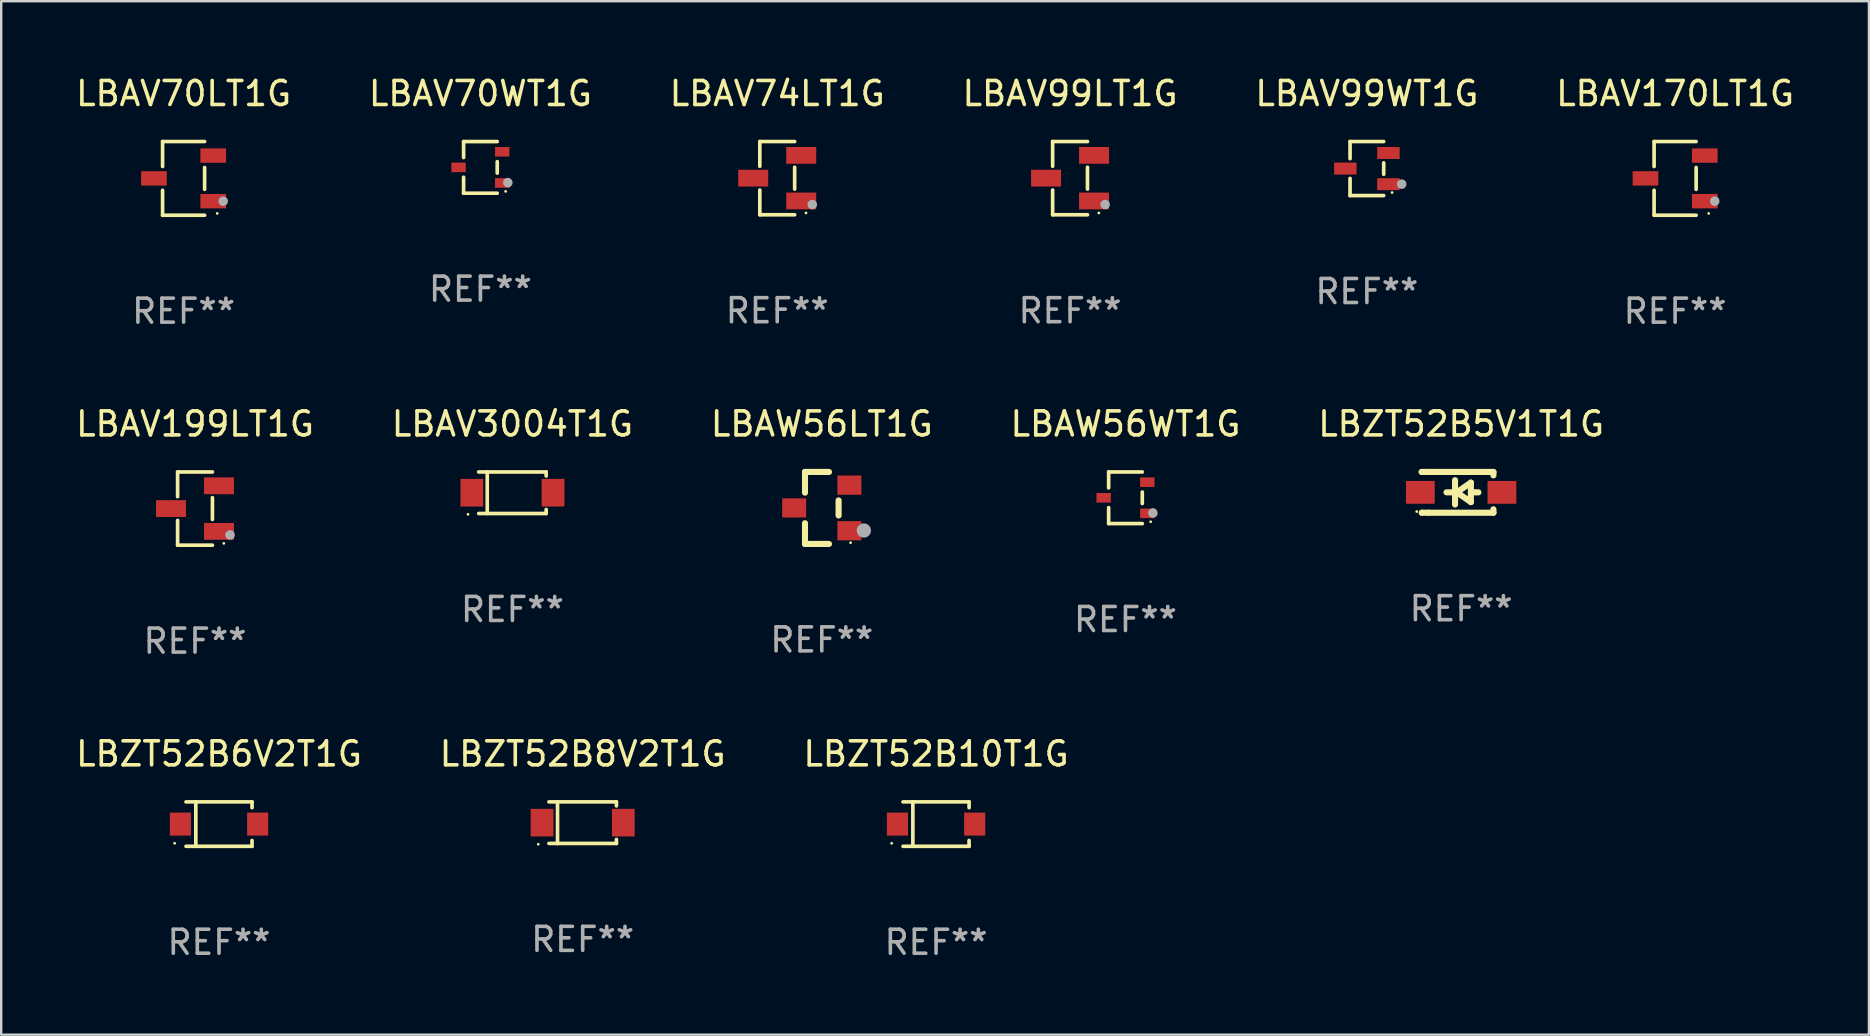
<source format=kicad_pcb>
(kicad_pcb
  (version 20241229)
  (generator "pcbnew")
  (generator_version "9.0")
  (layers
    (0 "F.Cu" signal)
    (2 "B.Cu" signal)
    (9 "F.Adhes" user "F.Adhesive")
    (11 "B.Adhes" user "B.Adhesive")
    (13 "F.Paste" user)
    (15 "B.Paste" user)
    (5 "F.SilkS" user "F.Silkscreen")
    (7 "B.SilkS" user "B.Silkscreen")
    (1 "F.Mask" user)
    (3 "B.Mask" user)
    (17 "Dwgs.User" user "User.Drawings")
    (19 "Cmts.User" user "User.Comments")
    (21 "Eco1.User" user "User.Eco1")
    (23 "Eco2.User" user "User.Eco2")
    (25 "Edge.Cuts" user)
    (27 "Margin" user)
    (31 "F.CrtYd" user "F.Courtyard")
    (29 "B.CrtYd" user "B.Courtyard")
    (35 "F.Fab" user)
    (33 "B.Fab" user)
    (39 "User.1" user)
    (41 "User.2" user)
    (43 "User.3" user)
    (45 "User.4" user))
  (footprint "LBAV70LT1G"
    (layer "F.Cu")
    (at 4.601 4.384)
    (property "Reference" "LBAV70LT1G" (at 0 -3.536 0) (layer "F.SilkS") (effects (font (size 1 1) (thickness 0.15))))
    (attr through_hole)
    (fp_line (start -0.876 -1.536) (end -0.876 -0.495) (stroke (width 0.152) (type solid)) (layer "F.SilkS"))
    (fp_line (start -0.876 1.536) (end -0.876 0.495) (stroke (width 0.152) (type solid)) (layer "F.SilkS"))
    (fp_line (start 0.876 -1.536) (end -0.876 -1.536) (stroke (width 0.152) (type solid)) (layer "F.SilkS"))
    (fp_line (start 0.876 -0.455) (end 0.876 0.455) (stroke (width 0.152) (type solid)) (layer "F.SilkS"))
    (fp_line (start 0.876 1.536) (end -0.876 1.536) (stroke (width 0.152) (type solid)) (layer "F.SilkS"))
    (fp_circle (center 1.4 1.46) (end 1.43 1.46) (stroke (width 0.06) (type solid)) (fill no) (layer "F.SilkS"))
    (fp_circle (center 1.651 0.95) (end 1.751 0.95) (stroke (width 0.2) (type solid)) (fill no) (layer "F.Fab"))
    (fp_text user "REF**" (at 0 5.536 0) (layer "F.Fab") (effects (font (size 1 1) (thickness 0.15))))
    (pad "1" smd rect (at 1.235 0.95) (size 1.07 0.6) (layers "F.Cu" "F.Mask" "F.Paste"))
    (pad "2" smd rect (at 1.235 -0.95) (size 1.07 0.6) (layers "F.Cu" "F.Mask" "F.Paste"))
    (pad "3" smd rect (at -1.235 0) (size 1.07 0.6) (layers "F.Cu" "F.Mask" "F.Paste")))
  (footprint "LBAV170LT1G"
    (layer "F.Cu")
    (at 66.756 4.384)
    (property "Reference" "LBAV170LT1G" (at 0 -3.536 0) (layer "F.SilkS") (effects (font (size 1 1) (thickness 0.15))))
    (attr through_hole)
    (fp_line (start -0.876 -1.536) (end -0.876 -0.495) (stroke (width 0.152) (type solid)) (layer "F.SilkS"))
    (fp_line (start -0.876 1.536) (end -0.876 0.495) (stroke (width 0.152) (type solid)) (layer "F.SilkS"))
    (fp_line (start 0.876 -1.536) (end -0.876 -1.536) (stroke (width 0.152) (type solid)) (layer "F.SilkS"))
    (fp_line (start 0.876 -0.455) (end 0.876 0.455) (stroke (width 0.152) (type solid)) (layer "F.SilkS"))
    (fp_line (start 0.876 1.536) (end -0.876 1.536) (stroke (width 0.152) (type solid)) (layer "F.SilkS"))
    (fp_circle (center 1.4 1.46) (end 1.43 1.46) (stroke (width 0.06) (type solid)) (fill no) (layer "F.SilkS"))
    (fp_circle (center 1.651 0.95) (end 1.751 0.95) (stroke (width 0.2) (type solid)) (fill no) (layer "F.Fab"))
    (fp_text user "REF**" (at 0 5.536 0) (layer "F.Fab") (effects (font (size 1 1) (thickness 0.15))))
    (pad "1" smd rect (at 1.235 0.95) (size 1.07 0.6) (layers "F.Cu" "F.Mask" "F.Paste"))
    (pad "2" smd rect (at 1.235 -0.95) (size 1.07 0.6) (layers "F.Cu" "F.Mask" "F.Paste"))
    (pad "3" smd rect (at -1.235 0) (size 1.07 0.6) (layers "F.Cu" "F.Mask" "F.Paste")))
  (footprint "LBAV3004T1G"
    (layer "F.Cu")
    (at 18.304 17.483)
    (property "Reference" "LBAV3004T1G" (at 0 -2.866 0) (layer "F.SilkS") (effects (font (size 1 1) (thickness 0.15))))
    (attr through_hole)
    (fp_line (start -1.406 -0.866) (end 1.406 -0.866) (stroke (width 0.152) (type solid)) (layer "F.SilkS"))
    (fp_line (start -1.406 0.866) (end 1.406 0.866) (stroke (width 0.152) (type solid)) (layer "F.SilkS"))
    (fp_line (start -1.049 -0.866) (end -1.049 0.866) (stroke (width 0.152) (type solid)) (layer "F.SilkS"))
    (fp_line (start 1.406 -0.866) (end 1.406 -0.698) (stroke (width 0.152) (type solid)) (layer "F.SilkS"))
    (fp_line (start 1.406 0.866) (end 1.406 0.698) (stroke (width 0.152) (type solid)) (layer "F.SilkS"))
    (fp_circle (center -1.851 0.9) (end -1.821 0.9) (stroke (width 0.06) (type solid)) (fill no) (layer "F.SilkS"))
    (fp_text user "REF**" (at 0 4.866 0) (layer "F.Fab") (effects (font (size 1 1) (thickness 0.15))))
    (pad "1" smd rect (at -1.692 0) (size 0.95 1.15) (layers "F.Cu" "F.Mask" "F.Paste"))
    (pad "2" smd rect (at 1.692 0) (size 0.95 1.15) (layers "F.Cu" "F.Mask" "F.Paste")))
  (footprint "LBAW56LT1G"
    (layer "F.Cu")
    (at 31.196 18.117)
    (property "Reference" "LBAW56LT1G" (at 0 -3.5 0) (layer "F.SilkS") (effects (font (size 1 1) (thickness 0.15))))
    (attr through_hole)
    (fp_line (start -0.7 -1.5) (end 0.3 -1.5) (stroke (width 0.254) (type solid)) (layer "F.SilkS"))
    (fp_line (start -0.7 -0.636) (end -0.7 -1.5) (stroke (width 0.254) (type solid)) (layer "F.SilkS"))
    (fp_line (start -0.7 1.5) (end -0.7 0.636) (stroke (width 0.254) (type solid)) (layer "F.SilkS"))
    (fp_line (start -0.7 1.5) (end 0.3 1.5) (stroke (width 0.254) (type solid)) (layer "F.SilkS"))
    (fp_line (start 0.7 0.314) (end 0.7 -0.314) (stroke (width 0.254) (type solid)) (layer "F.SilkS"))
    (fp_circle (center 1.2 1.45) (end 1.23 1.45) (stroke (width 0.06) (type solid)) (fill no) (layer "F.SilkS"))
    (fp_circle (center 1.753 0.94) (end 1.903 0.94) (stroke (width 0.3) (type solid)) (fill no) (layer "F.Fab"))
    (fp_text user "REF**" (at 0 5.5 0) (layer "F.Fab") (effects (font (size 1 1) (thickness 0.15))))
    (pad "1" smd rect (at 1.15 0.95 180) (size 1 0.8) (layers "F.Cu" "F.Mask" "F.Paste"))
    (pad "2" smd rect (at 1.15 -0.95 180) (size 1 0.8) (layers "F.Cu" "F.Mask" "F.Paste"))
    (pad "3" smd rect (at -1.15 -0.000051 180) (size 1 0.8) (layers "F.Cu" "F.Mask" "F.Paste")))
  (footprint "LBZT52B6V2T1G"
    (layer "F.Cu")
    (at 6.077 31.292)
    (property "Reference" "LBZT52B6V2T1G" (at 0 -2.926 0) (layer "F.SilkS") (effects (font (size 1 1) (thickness 0.15))))
    (attr through_hole)
    (fp_line (start -1.376 -0.926) (end 1.376 -0.926) (stroke (width 0.152) (type solid)) (layer "F.SilkS"))
    (fp_line (start -1.376 0.926) (end 1.376 0.926) (stroke (width 0.152) (type solid)) (layer "F.SilkS"))
    (fp_line (start -0.967 -0.926) (end -0.967 0.926) (stroke (width 0.152) (type solid)) (layer "F.SilkS"))
    (fp_line (start 1.376 -0.926) (end 1.376 -0.683) (stroke (width 0.152) (type solid)) (layer "F.SilkS"))
    (fp_line (start 1.376 0.926) (end 1.376 0.683) (stroke (width 0.152) (type solid)) (layer "F.SilkS"))
    (fp_circle (center -1.85 0.8) (end -1.82 0.8) (stroke (width 0.06) (type solid)) (fill no) (layer "F.SilkS"))
    (fp_text user "REF**" (at 0 4.926 0) (layer "F.Fab") (effects (font (size 1 1) (thickness 0.15))))
    (pad "1" smd rect (at -1.61 -0.000076) (size 0.88 0.96) (layers "F.Cu" "F.Mask" "F.Paste"))
    (pad "2" smd rect (at 1.61 -0.000076) (size 0.88 0.96) (layers "F.Cu" "F.Mask" "F.Paste")))
  (footprint "LBAV74LT1G"
    (layer "F.Cu")
    (at 29.339 4.374)
    (property "Reference" "LBAV74LT1G" (at 0 -3.526 0) (layer "F.SilkS") (effects (font (size 1 1) (thickness 0.15))))
    (attr through_hole)
    (fp_line (start -0.726 -1.526) (end -0.726 -0.495) (stroke (width 0.152) (type solid)) (layer "F.SilkS"))
    (fp_line (start -0.726 1.526) (end -0.726 0.495) (stroke (width 0.152) (type solid)) (layer "F.SilkS"))
    (fp_line (start 0.726 -1.526) (end -0.726 -1.526) (stroke (width 0.152) (type solid)) (layer "F.SilkS"))
    (fp_line (start 0.726 -0.455) (end 0.726 0.455) (stroke (width 0.152) (type solid)) (layer "F.SilkS"))
    (fp_line (start 0.726 1.526) (end -0.726 1.526) (stroke (width 0.152) (type solid)) (layer "F.SilkS"))
    (fp_circle (center 1.2 1.45) (end 1.23 1.45) (stroke (width 0.06) (type solid)) (fill no) (layer "F.SilkS"))
    (fp_circle (center 1.46 1.1) (end 1.56 1.1) (stroke (width 0.2) (type solid)) (fill no) (layer "F.Fab"))
    (fp_text user "REF**" (at 0 5.526 0) (layer "F.Fab") (effects (font (size 1 1) (thickness 0.15))))
    (pad "1" smd rect (at 1 0.95) (size 1.25 0.7) (layers "F.Cu" "F.Mask" "F.Paste"))
    (pad "2" smd rect (at 1 -0.95) (size 1.25 0.7) (layers "F.Cu" "F.Mask" "F.Paste"))
    (pad "3" smd rect (at -1 0) (size 1.25 0.7) (layers "F.Cu" "F.Mask" "F.Paste")))
  (footprint "LBZT52B8V2T1G"
    (layer "F.Cu")
    (at 21.232 31.232)
    (property "Reference" "LBZT52B8V2T1G" (at 0 -2.866 0) (layer "F.SilkS") (effects (font (size 1 1) (thickness 0.15))))
    (attr through_hole)
    (fp_line (start -1.406 -0.866) (end 1.406 -0.866) (stroke (width 0.152) (type solid)) (layer "F.SilkS"))
    (fp_line (start -1.406 0.866) (end 1.406 0.866) (stroke (width 0.152) (type solid)) (layer "F.SilkS"))
    (fp_line (start -1.049 -0.866) (end -1.049 0.866) (stroke (width 0.152) (type solid)) (layer "F.SilkS"))
    (fp_line (start 1.406 -0.866) (end 1.406 -0.698) (stroke (width 0.152) (type solid)) (layer "F.SilkS"))
    (fp_line (start 1.406 0.866) (end 1.406 0.698) (stroke (width 0.152) (type solid)) (layer "F.SilkS"))
    (fp_circle (center -1.851 0.9) (end -1.821 0.9) (stroke (width 0.06) (type solid)) (fill no) (layer "F.SilkS"))
    (fp_text user "REF**" (at 0 4.866 0) (layer "F.Fab") (effects (font (size 1 1) (thickness 0.15))))
    (pad "1" smd rect (at -1.692 0) (size 0.95 1.15) (layers "F.Cu" "F.Mask" "F.Paste"))
    (pad "2" smd rect (at 1.692 0) (size 0.95 1.15) (layers "F.Cu" "F.Mask" "F.Paste")))
  (footprint "LBAV199LT1G"
    (layer "F.Cu")
    (at 5.077 18.143)
    (property "Reference" "LBAV199LT1G" (at 0 -3.526 0) (layer "F.SilkS") (effects (font (size 1 1) (thickness 0.15))))
    (attr through_hole)
    (fp_line (start -0.726 -1.526) (end -0.726 -0.495) (stroke (width 0.152) (type solid)) (layer "F.SilkS"))
    (fp_line (start -0.726 1.526) (end -0.726 0.495) (stroke (width 0.152) (type solid)) (layer "F.SilkS"))
    (fp_line (start 0.726 -1.526) (end -0.726 -1.526) (stroke (width 0.152) (type solid)) (layer "F.SilkS"))
    (fp_line (start 0.726 -0.455) (end 0.726 0.455) (stroke (width 0.152) (type solid)) (layer "F.SilkS"))
    (fp_line (start 0.726 1.526) (end -0.726 1.526) (stroke (width 0.152) (type solid)) (layer "F.SilkS"))
    (fp_circle (center 1.2 1.45) (end 1.23 1.45) (stroke (width 0.06) (type solid)) (fill no) (layer "F.SilkS"))
    (fp_circle (center 1.46 1.1) (end 1.56 1.1) (stroke (width 0.2) (type solid)) (fill no) (layer "F.Fab"))
    (fp_text user "REF**" (at 0 5.526 0) (layer "F.Fab") (effects (font (size 1 1) (thickness 0.15))))
    (pad "1" smd rect (at 1 0.95) (size 1.25 0.7) (layers "F.Cu" "F.Mask" "F.Paste"))
    (pad "2" smd rect (at 1 -0.95) (size 1.25 0.7) (layers "F.Cu" "F.Mask" "F.Paste"))
    (pad "3" smd rect (at -1 0) (size 1.25 0.7) (layers "F.Cu" "F.Mask" "F.Paste")))
  (footprint "LBAV99WT1G"
    (layer "F.Cu")
    (at 53.911 3.974)
    (property "Reference" "LBAV99WT1G" (at 0 -3.126 0) (layer "F.SilkS") (effects (font (size 1 1) (thickness 0.15))))
    (attr through_hole)
    (fp_line (start -0.701 -1.126) (end -0.701 -0.411) (stroke (width 0.152) (type solid)) (layer "F.SilkS"))
    (fp_line (start -0.701 1.126) (end -0.701 0.411) (stroke (width 0.152) (type solid)) (layer "F.SilkS"))
    (fp_line (start 0.701 -1.126) (end -0.701 -1.126) (stroke (width 0.152) (type solid)) (layer "F.SilkS"))
    (fp_line (start 0.701 -0.239) (end 0.701 0.239) (stroke (width 0.152) (type solid)) (layer "F.SilkS"))
    (fp_line (start 0.701 1.126) (end -0.701 1.126) (stroke (width 0.152) (type solid)) (layer "F.SilkS"))
    (fp_circle (center 1.05 1) (end 1.08 1) (stroke (width 0.06) (type solid)) (fill no) (layer "F.SilkS"))
    (fp_circle (center 1.45 0.65) (end 1.55 0.65) (stroke (width 0.2) (type solid)) (fill no) (layer "F.Fab"))
    (fp_text user "REF**" (at 0 5.126 0) (layer "F.Fab") (effects (font (size 1 1) (thickness 0.15))))
    (pad "1" smd rect (at 0.898 0.65) (size 0.936 0.5) (layers "F.Cu" "F.Mask" "F.Paste"))
    (pad "2" smd rect (at 0.898 -0.65) (size 0.936 0.5) (layers "F.Cu" "F.Mask" "F.Paste"))
    (pad "3" smd rect (at -0.898 0) (size 0.936 0.5) (layers "F.Cu" "F.Mask" "F.Paste")))
  (footprint "LBZT52B10T1G"
    (layer "F.Cu")
    (at 35.958 31.292)
    (property "Reference" "LBZT52B10T1G" (at 0 -2.926 0) (layer "F.SilkS") (effects (font (size 1 1) (thickness 0.15))))
    (attr through_hole)
    (fp_line (start -1.376 -0.926) (end 1.376 -0.926) (stroke (width 0.152) (type solid)) (layer "F.SilkS"))
    (fp_line (start -1.376 0.926) (end 1.376 0.926) (stroke (width 0.152) (type solid)) (layer "F.SilkS"))
    (fp_line (start -0.967 -0.926) (end -0.967 0.926) (stroke (width 0.152) (type solid)) (layer "F.SilkS"))
    (fp_line (start 1.376 -0.926) (end 1.376 -0.683) (stroke (width 0.152) (type solid)) (layer "F.SilkS"))
    (fp_line (start 1.376 0.926) (end 1.376 0.683) (stroke (width 0.152) (type solid)) (layer "F.SilkS"))
    (fp_circle (center -1.85 0.8) (end -1.82 0.8) (stroke (width 0.06) (type solid)) (fill no) (layer "F.SilkS"))
    (fp_text user "REF**" (at 0 4.926 0) (layer "F.Fab") (effects (font (size 1 1) (thickness 0.15))))
    (pad "1" smd rect (at -1.61 -0.000076) (size 0.88 0.96) (layers "F.Cu" "F.Mask" "F.Paste"))
    (pad "2" smd rect (at 1.61 -0.000076) (size 0.88 0.96) (layers "F.Cu" "F.Mask" "F.Paste")))
  (footprint "LBZT52B5V1T1G"
    (layer "F.Cu")
    (at 57.839 17.467)
    (property "Reference" "LBZT52B5V1T1G" (at 0 -2.85 0) (layer "F.SilkS") (effects (font (size 1 1) (thickness 0.15))))
    (attr through_hole)
    (fp_line (start -1.643 -0.85) (end -1.644 -0.849) (stroke (width 0.254) (type solid)) (layer "F.SilkS"))
    (fp_line (start -1.638 0.85) (end -1.639 0.849) (stroke (width 0.254) (type solid)) (layer "F.SilkS"))
    (fp_line (start -1.346 -0.85) (end -1.643 -0.85) (stroke (width 0.254) (type solid)) (layer "F.SilkS"))
    (fp_line (start -1.346 -0.85) (end 1.346 -0.85) (stroke (width 0.254) (type solid)) (layer "F.SilkS"))
    (fp_line (start -1.346 0.85) (end -1.638 0.85) (stroke (width 0.254) (type solid)) (layer "F.SilkS"))
    (fp_line (start -0.28 0) (end -0.61 0) (stroke (width 0.254) (type solid)) (layer "F.SilkS"))
    (fp_line (start -0.254 -0.508) (end -0.254 0.508) (stroke (width 0.254) (type solid)) (layer "F.SilkS"))
    (fp_line (start -0.178 0) (end 0.406 -0.406) (stroke (width 0.254) (type solid)) (layer "F.SilkS"))
    (fp_line (start 0.406 -0.406) (end 0.406 0.406) (stroke (width 0.254) (type solid)) (layer "F.SilkS"))
    (fp_line (start 0.406 -0.000254) (end 0.72 -0.000254) (stroke (width 0.254) (type solid)) (layer "F.SilkS"))
    (fp_line (start 0.406 0.406) (end -0.178 0) (stroke (width 0.254) (type solid)) (layer "F.SilkS"))
    (fp_line (start 1.346 -0.85) (end 1.346 -0.706) (stroke (width 0.254) (type solid)) (layer "F.SilkS"))
    (fp_line (start 1.346 0.706) (end 1.346 0.85) (stroke (width 0.254) (type solid)) (layer "F.SilkS"))
    (fp_line (start 1.346 0.85) (end -1.346 0.85) (stroke (width 0.254) (type solid)) (layer "F.SilkS"))
    (fp_circle (center -1.85 0.8) (end -1.82 0.8) (stroke (width 0.06) (type solid)) (fill no) (layer "F.SilkS"))
    (fp_text user "REF**" (at 0 4.85 0) (layer "F.Fab") (effects (font (size 1 1) (thickness 0.15))))
    (pad "1" smd rect (at -1.7 0) (size 1.2 0.95) (layers "F.Cu" "F.Mask" "F.Paste"))
    (pad "2" smd rect (at 1.7 0) (size 1.2 0.95) (layers "F.Cu" "F.Mask" "F.Paste")))
  (footprint "LBAV99LT1G"
    (layer "F.Cu")
    (at 41.542 4.374)
    (property "Reference" "LBAV99LT1G" (at 0 -3.526 0) (layer "F.SilkS") (effects (font (size 1 1) (thickness 0.15))))
    (attr through_hole)
    (fp_line (start -0.726 -1.526) (end -0.726 -0.495) (stroke (width 0.152) (type solid)) (layer "F.SilkS"))
    (fp_line (start -0.726 1.526) (end -0.726 0.495) (stroke (width 0.152) (type solid)) (layer "F.SilkS"))
    (fp_line (start 0.726 -1.526) (end -0.726 -1.526) (stroke (width 0.152) (type solid)) (layer "F.SilkS"))
    (fp_line (start 0.726 -0.455) (end 0.726 0.455) (stroke (width 0.152) (type solid)) (layer "F.SilkS"))
    (fp_line (start 0.726 1.526) (end -0.726 1.526) (stroke (width 0.152) (type solid)) (layer "F.SilkS"))
    (fp_circle (center 1.2 1.45) (end 1.23 1.45) (stroke (width 0.06) (type solid)) (fill no) (layer "F.SilkS"))
    (fp_circle (center 1.46 1.1) (end 1.56 1.1) (stroke (width 0.2) (type solid)) (fill no) (layer "F.Fab"))
    (fp_text user "REF**" (at 0 5.526 0) (layer "F.Fab") (effects (font (size 1 1) (thickness 0.15))))
    (pad "1" smd rect (at 1 0.95) (size 1.25 0.7) (layers "F.Cu" "F.Mask" "F.Paste"))
    (pad "2" smd rect (at 1 -0.95) (size 1.25 0.7) (layers "F.Cu" "F.Mask" "F.Paste"))
    (pad "3" smd rect (at -1 0) (size 1.25 0.7) (layers "F.Cu" "F.Mask" "F.Paste")))
  (footprint "LBAV70WT1G"
    (layer "F.Cu")
    (at 16.97 3.925)
    (property "Reference" "LBAV70WT1G" (at 0 -3.076 0) (layer "F.SilkS") (effects (font (size 1 1) (thickness 0.15))))
    (attr through_hole)
    (fp_line (start -0.701 -1.076) (end -0.701 -0.411) (stroke (width 0.152) (type solid)) (layer "F.SilkS"))
    (fp_line (start -0.701 1.076) (end -0.701 0.411) (stroke (width 0.152) (type solid)) (layer "F.SilkS"))
    (fp_line (start 0.701 -1.076) (end -0.701 -1.076) (stroke (width 0.152) (type solid)) (layer "F.SilkS"))
    (fp_line (start 0.701 -0.239) (end 0.701 0.239) (stroke (width 0.152) (type solid)) (layer "F.SilkS"))
    (fp_line (start 0.701 1.076) (end -0.701 1.076) (stroke (width 0.152) (type solid)) (layer "F.SilkS"))
    (fp_circle (center 1.05 1) (end 1.08 1) (stroke (width 0.06) (type solid)) (fill no) (layer "F.SilkS"))
    (fp_circle (center 1.143 0.635) (end 1.243 0.635) (stroke (width 0.2) (type solid)) (fill no) (layer "F.Fab"))
    (fp_text user "REF**" (at 0 5.076 0) (layer "F.Fab") (effects (font (size 1 1) (thickness 0.15))))
    (pad "1" smd rect (at 0.91 0.65) (size 0.6 0.4) (layers "F.Cu" "F.Mask" "F.Paste"))
    (pad "2" smd rect (at 0.91 -0.65) (size 0.6 0.4) (layers "F.Cu" "F.Mask" "F.Paste"))
    (pad "3" smd rect (at -0.91 0) (size 0.6 0.4) (layers "F.Cu" "F.Mask" "F.Paste")))
  (footprint "LBAW56WT1G"
    (layer "F.Cu")
    (at 43.851 17.693)
    (property "Reference" "LBAW56WT1G" (at 0 -3.076 0) (layer "F.SilkS") (effects (font (size 1 1) (thickness 0.15))))
    (attr through_hole)
    (fp_line (start -0.701 -1.076) (end -0.701 -0.411) (stroke (width 0.152) (type solid)) (layer "F.SilkS"))
    (fp_line (start -0.701 1.076) (end -0.701 0.411) (stroke (width 0.152) (type solid)) (layer "F.SilkS"))
    (fp_line (start 0.701 -1.076) (end -0.701 -1.076) (stroke (width 0.152) (type solid)) (layer "F.SilkS"))
    (fp_line (start 0.701 -0.239) (end 0.701 0.239) (stroke (width 0.152) (type solid)) (layer "F.SilkS"))
    (fp_line (start 0.701 1.076) (end -0.701 1.076) (stroke (width 0.152) (type solid)) (layer "F.SilkS"))
    (fp_circle (center 1.05 1) (end 1.08 1) (stroke (width 0.06) (type solid)) (fill no) (layer "F.SilkS"))
    (fp_circle (center 1.143 0.635) (end 1.243 0.635) (stroke (width 0.2) (type solid)) (fill no) (layer "F.Fab"))
    (fp_text user "REF**" (at 0 5.076 0) (layer "F.Fab") (effects (font (size 1 1) (thickness 0.15))))
    (pad "1" smd rect (at 0.91 0.65) (size 0.6 0.4) (layers "F.Cu" "F.Mask" "F.Paste"))
    (pad "2" smd rect (at 0.91 -0.65) (size 0.6 0.4) (layers "F.Cu" "F.Mask" "F.Paste"))
    (pad "3" smd rect (at -0.91 0) (size 0.6 0.4) (layers "F.Cu" "F.Mask" "F.Paste")))
  (gr_rect
    (start -3 -3)
    (end 74.833 40.067)
    (stroke (width 0.1) (type default))
    (fill no)
    (layer "Edge.Cuts")))
</source>
